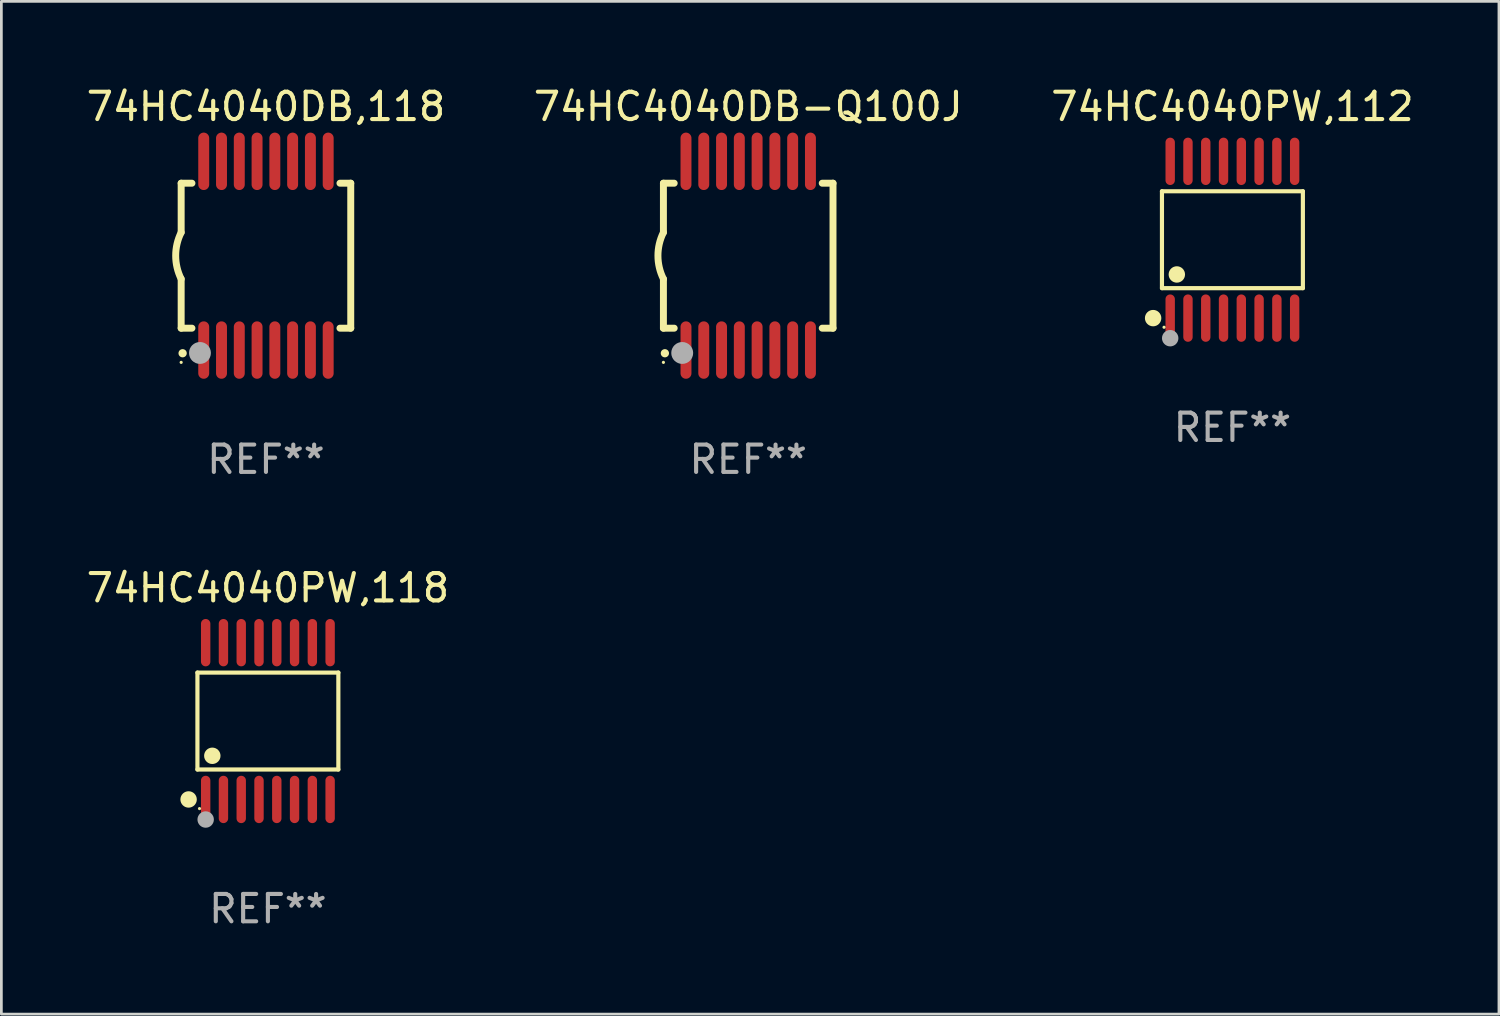
<source format=kicad_pcb>
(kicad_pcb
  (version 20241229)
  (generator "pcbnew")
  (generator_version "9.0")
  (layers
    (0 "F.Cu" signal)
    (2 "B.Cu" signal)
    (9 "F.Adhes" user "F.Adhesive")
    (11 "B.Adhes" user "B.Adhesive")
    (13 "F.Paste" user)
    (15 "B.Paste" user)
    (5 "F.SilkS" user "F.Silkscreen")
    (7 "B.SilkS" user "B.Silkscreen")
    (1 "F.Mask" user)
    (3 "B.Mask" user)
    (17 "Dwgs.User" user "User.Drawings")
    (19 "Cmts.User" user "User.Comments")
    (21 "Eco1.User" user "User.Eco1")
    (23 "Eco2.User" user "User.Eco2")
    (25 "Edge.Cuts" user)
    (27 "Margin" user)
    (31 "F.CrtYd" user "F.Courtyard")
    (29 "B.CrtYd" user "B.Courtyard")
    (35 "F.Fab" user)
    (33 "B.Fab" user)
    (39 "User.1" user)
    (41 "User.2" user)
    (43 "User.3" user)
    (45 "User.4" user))
  (footprint "74HC4040PW,112"
    (layer "F.Cu")
    (at 42.006 5.714)
    (property "Reference" "74HC4040PW,112" (at 0 -4.866 0) (layer "F.SilkS") (effects (font (size 1 1) (thickness 0.15))))
    (attr through_hole)
    (fp_line (start -2.576 -1.772) (end 2.576 -1.772) (stroke (width 0.152) (type solid)) (layer "F.SilkS"))
    (fp_line (start -2.576 1.771) (end -2.576 -1.772) (stroke (width 0.152) (type solid)) (layer "F.SilkS"))
    (fp_line (start 2.576 -1.772) (end 2.576 1.771) (stroke (width 0.152) (type solid)) (layer "F.SilkS"))
    (fp_line (start 2.576 1.771) (end -2.576 1.771) (stroke (width 0.152) (type solid)) (layer "F.SilkS"))
    (fp_circle (center -2.899 2.866) (end -2.749 2.866) (stroke (width 0.3) (type solid)) (fill no) (layer "F.SilkS"))
    (fp_circle (center -2.5 3.2) (end -2.47 3.2) (stroke (width 0.06) (type solid)) (fill no) (layer "F.SilkS"))
    (fp_circle (center -2.032 1.27) (end -1.882 1.27) (stroke (width 0.3) (type solid)) (fill no) (layer "F.SilkS"))
    (fp_circle (center -2.275 3.6) (end -2.125 3.6) (stroke (width 0.3) (type solid)) (fill no) (layer "F.Fab"))
    (fp_text user "REF**" (at 0 6.866 0) (layer "F.Fab") (effects (font (size 1 1) (thickness 0.15))))
    (pad "1" smd oval (at -2.275 2.866) (size 0.343 1.731) (layers "F.Cu" "F.Mask" "F.Paste"))
    (pad "2" smd oval (at -1.625 2.866) (size 0.343 1.731) (layers "F.Cu" "F.Mask" "F.Paste"))
    (pad "3" smd oval (at -0.975 2.866) (size 0.343 1.731) (layers "F.Cu" "F.Mask" "F.Paste"))
    (pad "4" smd oval (at -0.325 2.866) (size 0.343 1.731) (layers "F.Cu" "F.Mask" "F.Paste"))
    (pad "5" smd oval (at 0.325 2.866) (size 0.343 1.731) (layers "F.Cu" "F.Mask" "F.Paste"))
    (pad "6" smd oval (at 0.975 2.866) (size 0.343 1.731) (layers "F.Cu" "F.Mask" "F.Paste"))
    (pad "7" smd oval (at 1.625 2.866) (size 0.343 1.731) (layers "F.Cu" "F.Mask" "F.Paste"))
    (pad "8" smd oval (at 2.275 2.866) (size 0.343 1.731) (layers "F.Cu" "F.Mask" "F.Paste"))
    (pad "9" smd oval (at 2.275 -2.866) (size 0.343 1.731) (layers "F.Cu" "F.Mask" "F.Paste"))
    (pad "10" smd oval (at 1.625 -2.866) (size 0.343 1.731) (layers "F.Cu" "F.Mask" "F.Paste"))
    (pad "11" smd oval (at 0.975 -2.866) (size 0.343 1.731) (layers "F.Cu" "F.Mask" "F.Paste"))
    (pad "12" smd oval (at 0.325 -2.866) (size 0.343 1.731) (layers "F.Cu" "F.Mask" "F.Paste"))
    (pad "13" smd oval (at -0.325 -2.866) (size 0.343 1.731) (layers "F.Cu" "F.Mask" "F.Paste"))
    (pad "14" smd oval (at -0.975 -2.866) (size 0.343 1.731) (layers "F.Cu" "F.Mask" "F.Paste"))
    (pad "15" smd oval (at -1.625 -2.866) (size 0.343 1.731) (layers "F.Cu" "F.Mask" "F.Paste"))
    (pad "16" smd oval (at -2.275 -2.866) (size 0.343 1.731) (layers "F.Cu" "F.Mask" "F.Paste")))
  (footprint "74HC4040DB,118"
    (layer "F.Cu")
    (at 6.673 6.298)
    (property "Reference" "74HC4040DB,118" (at 0 -5.45 0) (layer "F.SilkS") (effects (font (size 1 1) (thickness 0.15))))
    (attr through_hole)
    (fp_line (start -3.1 -2.65) (end -3.1 -0.85) (stroke (width 0.254) (type solid)) (layer "F.SilkS"))
    (fp_line (start -3.1 -2.65) (end -2.706 -2.65) (stroke (width 0.254) (type solid)) (layer "F.SilkS"))
    (fp_line (start -3.1 2.65) (end -3.1 0.85) (stroke (width 0.254) (type solid)) (layer "F.SilkS"))
    (fp_line (start -3.1 2.65) (end -2.706 2.65) (stroke (width 0.254) (type solid)) (layer "F.SilkS"))
    (fp_line (start 2.706 -2.65) (end 3.1 -2.65) (stroke (width 0.254) (type solid)) (layer "F.SilkS"))
    (fp_line (start 2.706 2.65) (end 3.1 2.65) (stroke (width 0.254) (type solid)) (layer "F.SilkS"))
    (fp_line (start 3.1 -2.65) (end 3.1 2.65) (stroke (width 0.254) (type solid)) (layer "F.SilkS"))
    (fp_arc (start -3.098907 0.850902) (mid -3.300057 0.000523) (end -3.1 -0.850114) (stroke (width 0.254001) (type solid)) (layer "F.SilkS"))
    (fp_arc (start -3.048006 3.566066) (mid -3.046736 3.566061) (end -3.045466 3.566066) (stroke (width 0.3) (type solid)) (layer "F.SilkS"))
    (fp_circle (center -3.1 3.9) (end -3.07 3.9) (stroke (width 0.06) (type solid)) (fill no) (layer "F.SilkS"))
    (fp_circle (center -2.413 3.556) (end -2.213 3.556) (stroke (width 0.4) (type solid)) (fill no) (layer "F.Fab"))
    (fp_text user "REF**" (at 0 7.45 0) (layer "F.Fab") (effects (font (size 1 1) (thickness 0.15))))
    (pad "1" smd oval (at -2.275 3.45 180) (size 0.4 2.1) (layers "F.Cu" "F.Mask" "F.Paste"))
    (pad "2" smd oval (at -1.625 3.45 180) (size 0.4 2.1) (layers "F.Cu" "F.Mask" "F.Paste"))
    (pad "3" smd oval (at -0.975 3.45 180) (size 0.4 2.1) (layers "F.Cu" "F.Mask" "F.Paste"))
    (pad "4" smd oval (at -0.325 3.45 180) (size 0.4 2.1) (layers "F.Cu" "F.Mask" "F.Paste"))
    (pad "5" smd oval (at 0.325 3.45 180) (size 0.4 2.1) (layers "F.Cu" "F.Mask" "F.Paste"))
    (pad "6" smd oval (at 0.975 3.45 180) (size 0.4 2.1) (layers "F.Cu" "F.Mask" "F.Paste"))
    (pad "7" smd oval (at 1.625 3.45 180) (size 0.4 2.1) (layers "F.Cu" "F.Mask" "F.Paste"))
    (pad "8" smd oval (at 2.275 3.45 180) (size 0.4 2.1) (layers "F.Cu" "F.Mask" "F.Paste"))
    (pad "9" smd oval (at 2.275 -3.45 180) (size 0.4 2.1) (layers "F.Cu" "F.Mask" "F.Paste"))
    (pad "10" smd oval (at 1.625 -3.45 180) (size 0.4 2.1) (layers "F.Cu" "F.Mask" "F.Paste"))
    (pad "11" smd oval (at 0.975 -3.45 180) (size 0.4 2.1) (layers "F.Cu" "F.Mask" "F.Paste"))
    (pad "12" smd oval (at 0.325 -3.45 180) (size 0.4 2.1) (layers "F.Cu" "F.Mask" "F.Paste"))
    (pad "13" smd oval (at -0.325 -3.45 180) (size 0.4 2.1) (layers "F.Cu" "F.Mask" "F.Paste"))
    (pad "14" smd oval (at -0.975 -3.45 180) (size 0.4 2.1) (layers "F.Cu" "F.Mask" "F.Paste"))
    (pad "15" smd oval (at -1.625 -3.45 180) (size 0.4 2.1) (layers "F.Cu" "F.Mask" "F.Paste"))
    (pad "16" smd oval (at -2.275 -3.45 180) (size 0.4 2.1) (layers "F.Cu" "F.Mask" "F.Paste")))
  (footprint "74HC4040DB-Q100J"
    (layer "F.Cu")
    (at 24.304 6.298)
    (property "Reference" "74HC4040DB-Q100J" (at 0 -5.45 0) (layer "F.SilkS") (effects (font (size 1 1) (thickness 0.15))))
    (attr through_hole)
    (fp_line (start -3.1 -2.65) (end -3.1 -0.85) (stroke (width 0.254) (type solid)) (layer "F.SilkS"))
    (fp_line (start -3.1 -2.65) (end -2.706 -2.65) (stroke (width 0.254) (type solid)) (layer "F.SilkS"))
    (fp_line (start -3.1 2.65) (end -3.1 0.85) (stroke (width 0.254) (type solid)) (layer "F.SilkS"))
    (fp_line (start -3.1 2.65) (end -2.706 2.65) (stroke (width 0.254) (type solid)) (layer "F.SilkS"))
    (fp_line (start 2.706 -2.65) (end 3.1 -2.65) (stroke (width 0.254) (type solid)) (layer "F.SilkS"))
    (fp_line (start 2.706 2.65) (end 3.1 2.65) (stroke (width 0.254) (type solid)) (layer "F.SilkS"))
    (fp_line (start 3.1 -2.65) (end 3.1 2.65) (stroke (width 0.254) (type solid)) (layer "F.SilkS"))
    (fp_arc (start -3.098907 0.850902) (mid -3.300057 0.000523) (end -3.1 -0.850114) (stroke (width 0.254001) (type solid)) (layer "F.SilkS"))
    (fp_arc (start -3.048006 3.566066) (mid -3.046736 3.566061) (end -3.045466 3.566066) (stroke (width 0.3) (type solid)) (layer "F.SilkS"))
    (fp_circle (center -3.1 3.9) (end -3.07 3.9) (stroke (width 0.06) (type solid)) (fill no) (layer "F.SilkS"))
    (fp_circle (center -2.413 3.556) (end -2.213 3.556) (stroke (width 0.4) (type solid)) (fill no) (layer "F.Fab"))
    (fp_text user "REF**" (at 0 7.45 0) (layer "F.Fab") (effects (font (size 1 1) (thickness 0.15))))
    (pad "1" smd oval (at -2.275 3.45 180) (size 0.4 2.1) (layers "F.Cu" "F.Mask" "F.Paste"))
    (pad "2" smd oval (at -1.625 3.45 180) (size 0.4 2.1) (layers "F.Cu" "F.Mask" "F.Paste"))
    (pad "3" smd oval (at -0.975 3.45 180) (size 0.4 2.1) (layers "F.Cu" "F.Mask" "F.Paste"))
    (pad "4" smd oval (at -0.325 3.45 180) (size 0.4 2.1) (layers "F.Cu" "F.Mask" "F.Paste"))
    (pad "5" smd oval (at 0.325 3.45 180) (size 0.4 2.1) (layers "F.Cu" "F.Mask" "F.Paste"))
    (pad "6" smd oval (at 0.975 3.45 180) (size 0.4 2.1) (layers "F.Cu" "F.Mask" "F.Paste"))
    (pad "7" smd oval (at 1.625 3.45 180) (size 0.4 2.1) (layers "F.Cu" "F.Mask" "F.Paste"))
    (pad "8" smd oval (at 2.275 3.45 180) (size 0.4 2.1) (layers "F.Cu" "F.Mask" "F.Paste"))
    (pad "9" smd oval (at 2.275 -3.45 180) (size 0.4 2.1) (layers "F.Cu" "F.Mask" "F.Paste"))
    (pad "10" smd oval (at 1.625 -3.45 180) (size 0.4 2.1) (layers "F.Cu" "F.Mask" "F.Paste"))
    (pad "11" smd oval (at 0.975 -3.45 180) (size 0.4 2.1) (layers "F.Cu" "F.Mask" "F.Paste"))
    (pad "12" smd oval (at 0.325 -3.45 180) (size 0.4 2.1) (layers "F.Cu" "F.Mask" "F.Paste"))
    (pad "13" smd oval (at -0.325 -3.45 180) (size 0.4 2.1) (layers "F.Cu" "F.Mask" "F.Paste"))
    (pad "14" smd oval (at -0.975 -3.45 180) (size 0.4 2.1) (layers "F.Cu" "F.Mask" "F.Paste"))
    (pad "15" smd oval (at -1.625 -3.45 180) (size 0.4 2.1) (layers "F.Cu" "F.Mask" "F.Paste"))
    (pad "16" smd oval (at -2.275 -3.45 180) (size 0.4 2.1) (layers "F.Cu" "F.Mask" "F.Paste")))
  (footprint "74HC4040PW,118"
    (layer "F.Cu")
    (at 6.744 23.311)
    (property "Reference" "74HC4040PW,118" (at 0 -4.866 0) (layer "F.SilkS") (effects (font (size 1 1) (thickness 0.15))))
    (attr through_hole)
    (fp_line (start -2.576 -1.772) (end 2.576 -1.772) (stroke (width 0.152) (type solid)) (layer "F.SilkS"))
    (fp_line (start -2.576 1.771) (end -2.576 -1.772) (stroke (width 0.152) (type solid)) (layer "F.SilkS"))
    (fp_line (start 2.576 -1.772) (end 2.576 1.771) (stroke (width 0.152) (type solid)) (layer "F.SilkS"))
    (fp_line (start 2.576 1.771) (end -2.576 1.771) (stroke (width 0.152) (type solid)) (layer "F.SilkS"))
    (fp_circle (center -2.899 2.866) (end -2.749 2.866) (stroke (width 0.3) (type solid)) (fill no) (layer "F.SilkS"))
    (fp_circle (center -2.5 3.2) (end -2.47 3.2) (stroke (width 0.06) (type solid)) (fill no) (layer "F.SilkS"))
    (fp_circle (center -2.032 1.27) (end -1.882 1.27) (stroke (width 0.3) (type solid)) (fill no) (layer "F.SilkS"))
    (fp_circle (center -2.275 3.6) (end -2.125 3.6) (stroke (width 0.3) (type solid)) (fill no) (layer "F.Fab"))
    (fp_text user "REF**" (at 0 6.866 0) (layer "F.Fab") (effects (font (size 1 1) (thickness 0.15))))
    (pad "1" smd oval (at -2.275 2.866) (size 0.343 1.731) (layers "F.Cu" "F.Mask" "F.Paste"))
    (pad "2" smd oval (at -1.625 2.866) (size 0.343 1.731) (layers "F.Cu" "F.Mask" "F.Paste"))
    (pad "3" smd oval (at -0.975 2.866) (size 0.343 1.731) (layers "F.Cu" "F.Mask" "F.Paste"))
    (pad "4" smd oval (at -0.325 2.866) (size 0.343 1.731) (layers "F.Cu" "F.Mask" "F.Paste"))
    (pad "5" smd oval (at 0.325 2.866) (size 0.343 1.731) (layers "F.Cu" "F.Mask" "F.Paste"))
    (pad "6" smd oval (at 0.975 2.866) (size 0.343 1.731) (layers "F.Cu" "F.Mask" "F.Paste"))
    (pad "7" smd oval (at 1.625 2.866) (size 0.343 1.731) (layers "F.Cu" "F.Mask" "F.Paste"))
    (pad "8" smd oval (at 2.275 2.866) (size 0.343 1.731) (layers "F.Cu" "F.Mask" "F.Paste"))
    (pad "9" smd oval (at 2.275 -2.866) (size 0.343 1.731) (layers "F.Cu" "F.Mask" "F.Paste"))
    (pad "10" smd oval (at 1.625 -2.866) (size 0.343 1.731) (layers "F.Cu" "F.Mask" "F.Paste"))
    (pad "11" smd oval (at 0.975 -2.866) (size 0.343 1.731) (layers "F.Cu" "F.Mask" "F.Paste"))
    (pad "12" smd oval (at 0.325 -2.866) (size 0.343 1.731) (layers "F.Cu" "F.Mask" "F.Paste"))
    (pad "13" smd oval (at -0.325 -2.866) (size 0.343 1.731) (layers "F.Cu" "F.Mask" "F.Paste"))
    (pad "14" smd oval (at -0.975 -2.866) (size 0.343 1.731) (layers "F.Cu" "F.Mask" "F.Paste"))
    (pad "15" smd oval (at -1.625 -2.866) (size 0.343 1.731) (layers "F.Cu" "F.Mask" "F.Paste"))
    (pad "16" smd oval (at -2.275 -2.866) (size 0.343 1.731) (layers "F.Cu" "F.Mask" "F.Paste")))
  (gr_rect
    (start -3 -3)
    (end 51.75 34.025)
    (stroke (width 0.1) (type default))
    (fill no)
    (layer "Edge.Cuts")))
</source>
